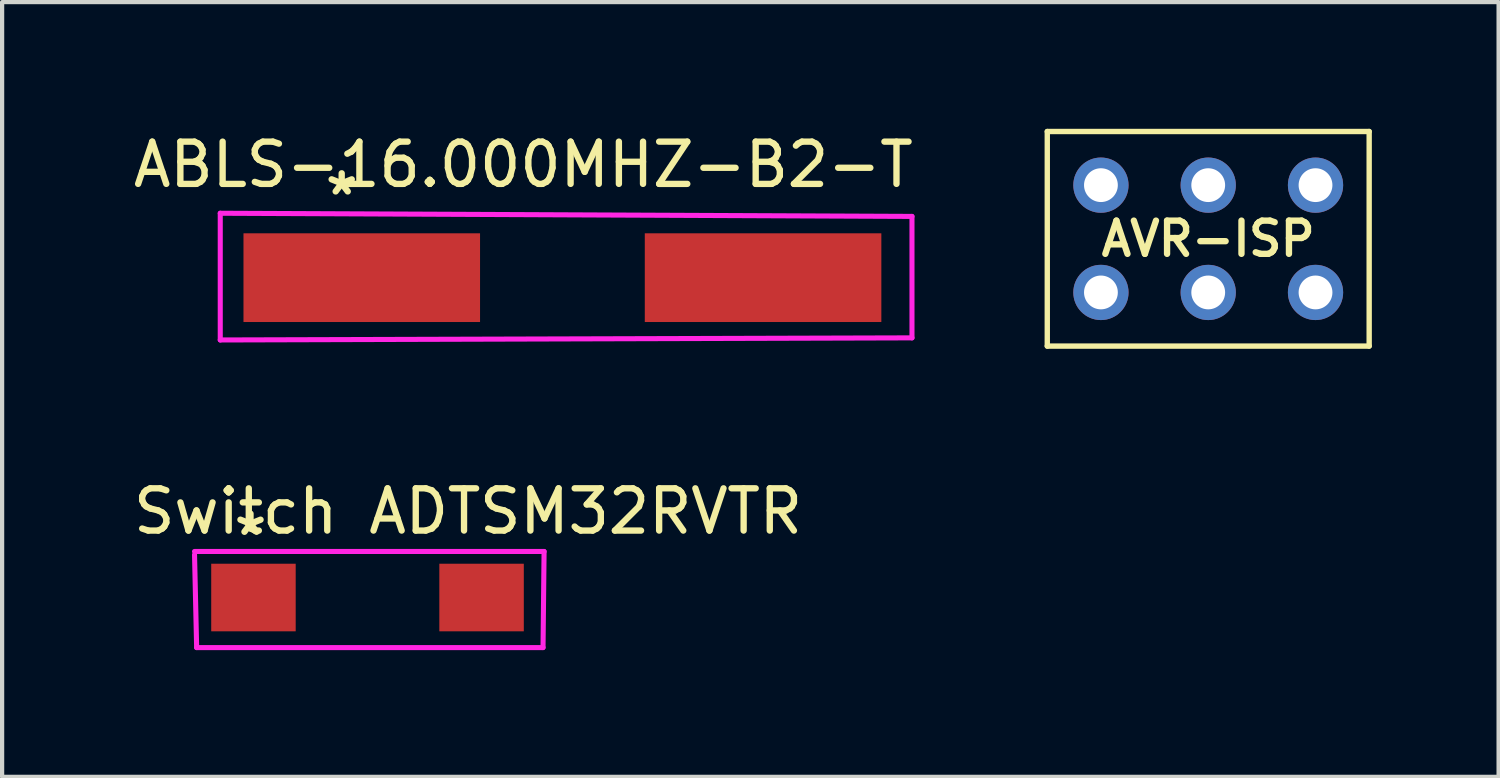
<source format=kicad_pcb>
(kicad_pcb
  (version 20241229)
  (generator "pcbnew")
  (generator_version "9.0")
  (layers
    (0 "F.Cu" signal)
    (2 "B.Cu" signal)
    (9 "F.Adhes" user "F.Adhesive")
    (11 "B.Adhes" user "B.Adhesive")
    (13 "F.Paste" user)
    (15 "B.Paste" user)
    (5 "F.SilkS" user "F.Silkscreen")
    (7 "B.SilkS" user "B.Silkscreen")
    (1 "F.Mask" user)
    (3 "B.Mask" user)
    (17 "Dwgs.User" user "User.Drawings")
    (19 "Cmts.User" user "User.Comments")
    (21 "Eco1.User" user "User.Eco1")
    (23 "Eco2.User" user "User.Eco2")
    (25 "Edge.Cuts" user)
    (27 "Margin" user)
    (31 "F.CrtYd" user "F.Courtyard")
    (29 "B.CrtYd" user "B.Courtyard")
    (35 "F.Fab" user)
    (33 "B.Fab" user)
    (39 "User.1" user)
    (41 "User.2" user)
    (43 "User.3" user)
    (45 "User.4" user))
  (footprint "ABLS-16.000MHZ-B2-T"
    (layer "F.Cu")
    (at 9.339 0.348)
    (property "Reference" "ABLS-16.000MHZ-B2-T" (at 0 0.5 0) (layer "F.SilkS") (effects (font (size 1 1) (thickness 0.15))))
    (attr through_hole)
    (fp_line (start -7.175 1.65) (end 9.2 1.725) (stroke (width 0.12) (type solid)) (layer "F.CrtYd"))
    (fp_line (start -7.175 4.65) (end -7.175 1.65) (stroke (width 0.12) (type solid)) (layer "F.CrtYd"))
    (fp_line (start 9.2 1.725) (end 9.2 4.6) (stroke (width 0.12) (type solid)) (layer "F.CrtYd"))
    (fp_line (start 9.2 4.6) (end -7.175 4.65) (stroke (width 0.12) (type solid)) (layer "F.CrtYd"))
    (fp_text user "*" (at -4.3 1.25 0) (layer "F.SilkS") (effects (font (size 1 1) (thickness 0.15))))
    (pad "1" smd rect (at -3.825 3.175) (size 5.6 2.1) (layers "F.Cu" "F.Mask" "F.Paste"))
    (pad "2" smd rect (at 5.675 3.175) (size 5.6 2.1) (layers "F.Cu" "F.Mask" "F.Paste")))
  (footprint "AVR-ISP"
    (layer "F.Cu")
    (at 25.552 2.603)
    (property "Reference" "AVR-ISP" (at 0 0 0) (layer "F.SilkS") (effects (font (size 0.787 0.787) (thickness 0.15))))
    (attr through_hole)
    (fp_line (start -3.81 -2.54) (end 3.81 -2.54) (stroke (width 0.127) (type solid)) (layer "F.SilkS"))
    (fp_line (start -3.81 2.54) (end -3.81 -2.54) (stroke (width 0.127) (type solid)) (layer "F.SilkS"))
    (fp_line (start 3.81 -2.54) (end 3.81 2.54) (stroke (width 0.127) (type solid)) (layer "F.SilkS"))
    (fp_line (start 3.81 2.54) (end -3.81 2.54) (stroke (width 0.127) (type solid)) (layer "F.SilkS"))
    (pad "GND" thru_hole circle (at 2.54 -1.27) (size 1.308 1.308) (drill 0.8) (layers "*.Cu" "*.Mask"))
    (pad "MISO" thru_hole circle (at -2.54 1.27) (size 1.308 1.308) (drill 0.8) (layers "*.Cu" "*.Mask"))
    (pad "MOSI" thru_hole circle (at 0 -1.27) (size 1.308 1.308) (drill 0.8) (layers "*.Cu" "*.Mask"))
    (pad "RST" thru_hole circle (at 2.54 1.27) (size 1.308 1.308) (drill 0.8) (layers "*.Cu" "*.Mask"))
    (pad "SCK" thru_hole circle (at 0 1.27) (size 1.308 1.308) (drill 0.8) (layers "*.Cu" "*.Mask"))
    (pad "VCC" thru_hole circle (at -2.54 -1.27) (size 1.308 1.308) (drill 0.8) (layers "*.Cu" "*.Mask")))
  (footprint "Switch ADTSM32RVTR"
    (layer "F.Cu")
    (at 5.905 8.605)
    (property "Reference" "Switch ADTSM32RVTR" (at 2.125 0.45 0) (layer "F.SilkS") (effects (font (size 1 1) (thickness 0.15))))
    (attr through_hole)
    (fp_line (start -4.35 1.4) (end 3.925 1.4) (stroke (width 0.12) (type solid)) (layer "F.CrtYd"))
    (fp_line (start -4.3 3.675) (end -4.35 1.475) (stroke (width 0.12) (type solid)) (layer "F.CrtYd"))
    (fp_line (start 3.9 3.675) (end -4.3 3.675) (stroke (width 0.12) (type solid)) (layer "F.CrtYd"))
    (fp_line (start 3.925 1.4) (end 3.9 3.675) (stroke (width 0.12) (type solid)) (layer "F.CrtYd"))
    (fp_text user "*" (at -3.025 1.05 0) (layer "F.SilkS") (effects (font (size 1 1) (thickness 0.15))))
    (pad "1" smd rect (at -2.955 2.49) (size 2 1.6) (layers "F.Cu" "F.Mask" "F.Paste"))
    (pad "2" smd rect (at 2.445 2.49) (size 2 1.6) (layers "F.Cu" "F.Mask" "F.Paste")))
  (gr_rect
    (start -3 -3)
    (end 32.426 15.34)
    (stroke (width 0.1) (type default))
    (fill no)
    (layer "Edge.Cuts")))
</source>
